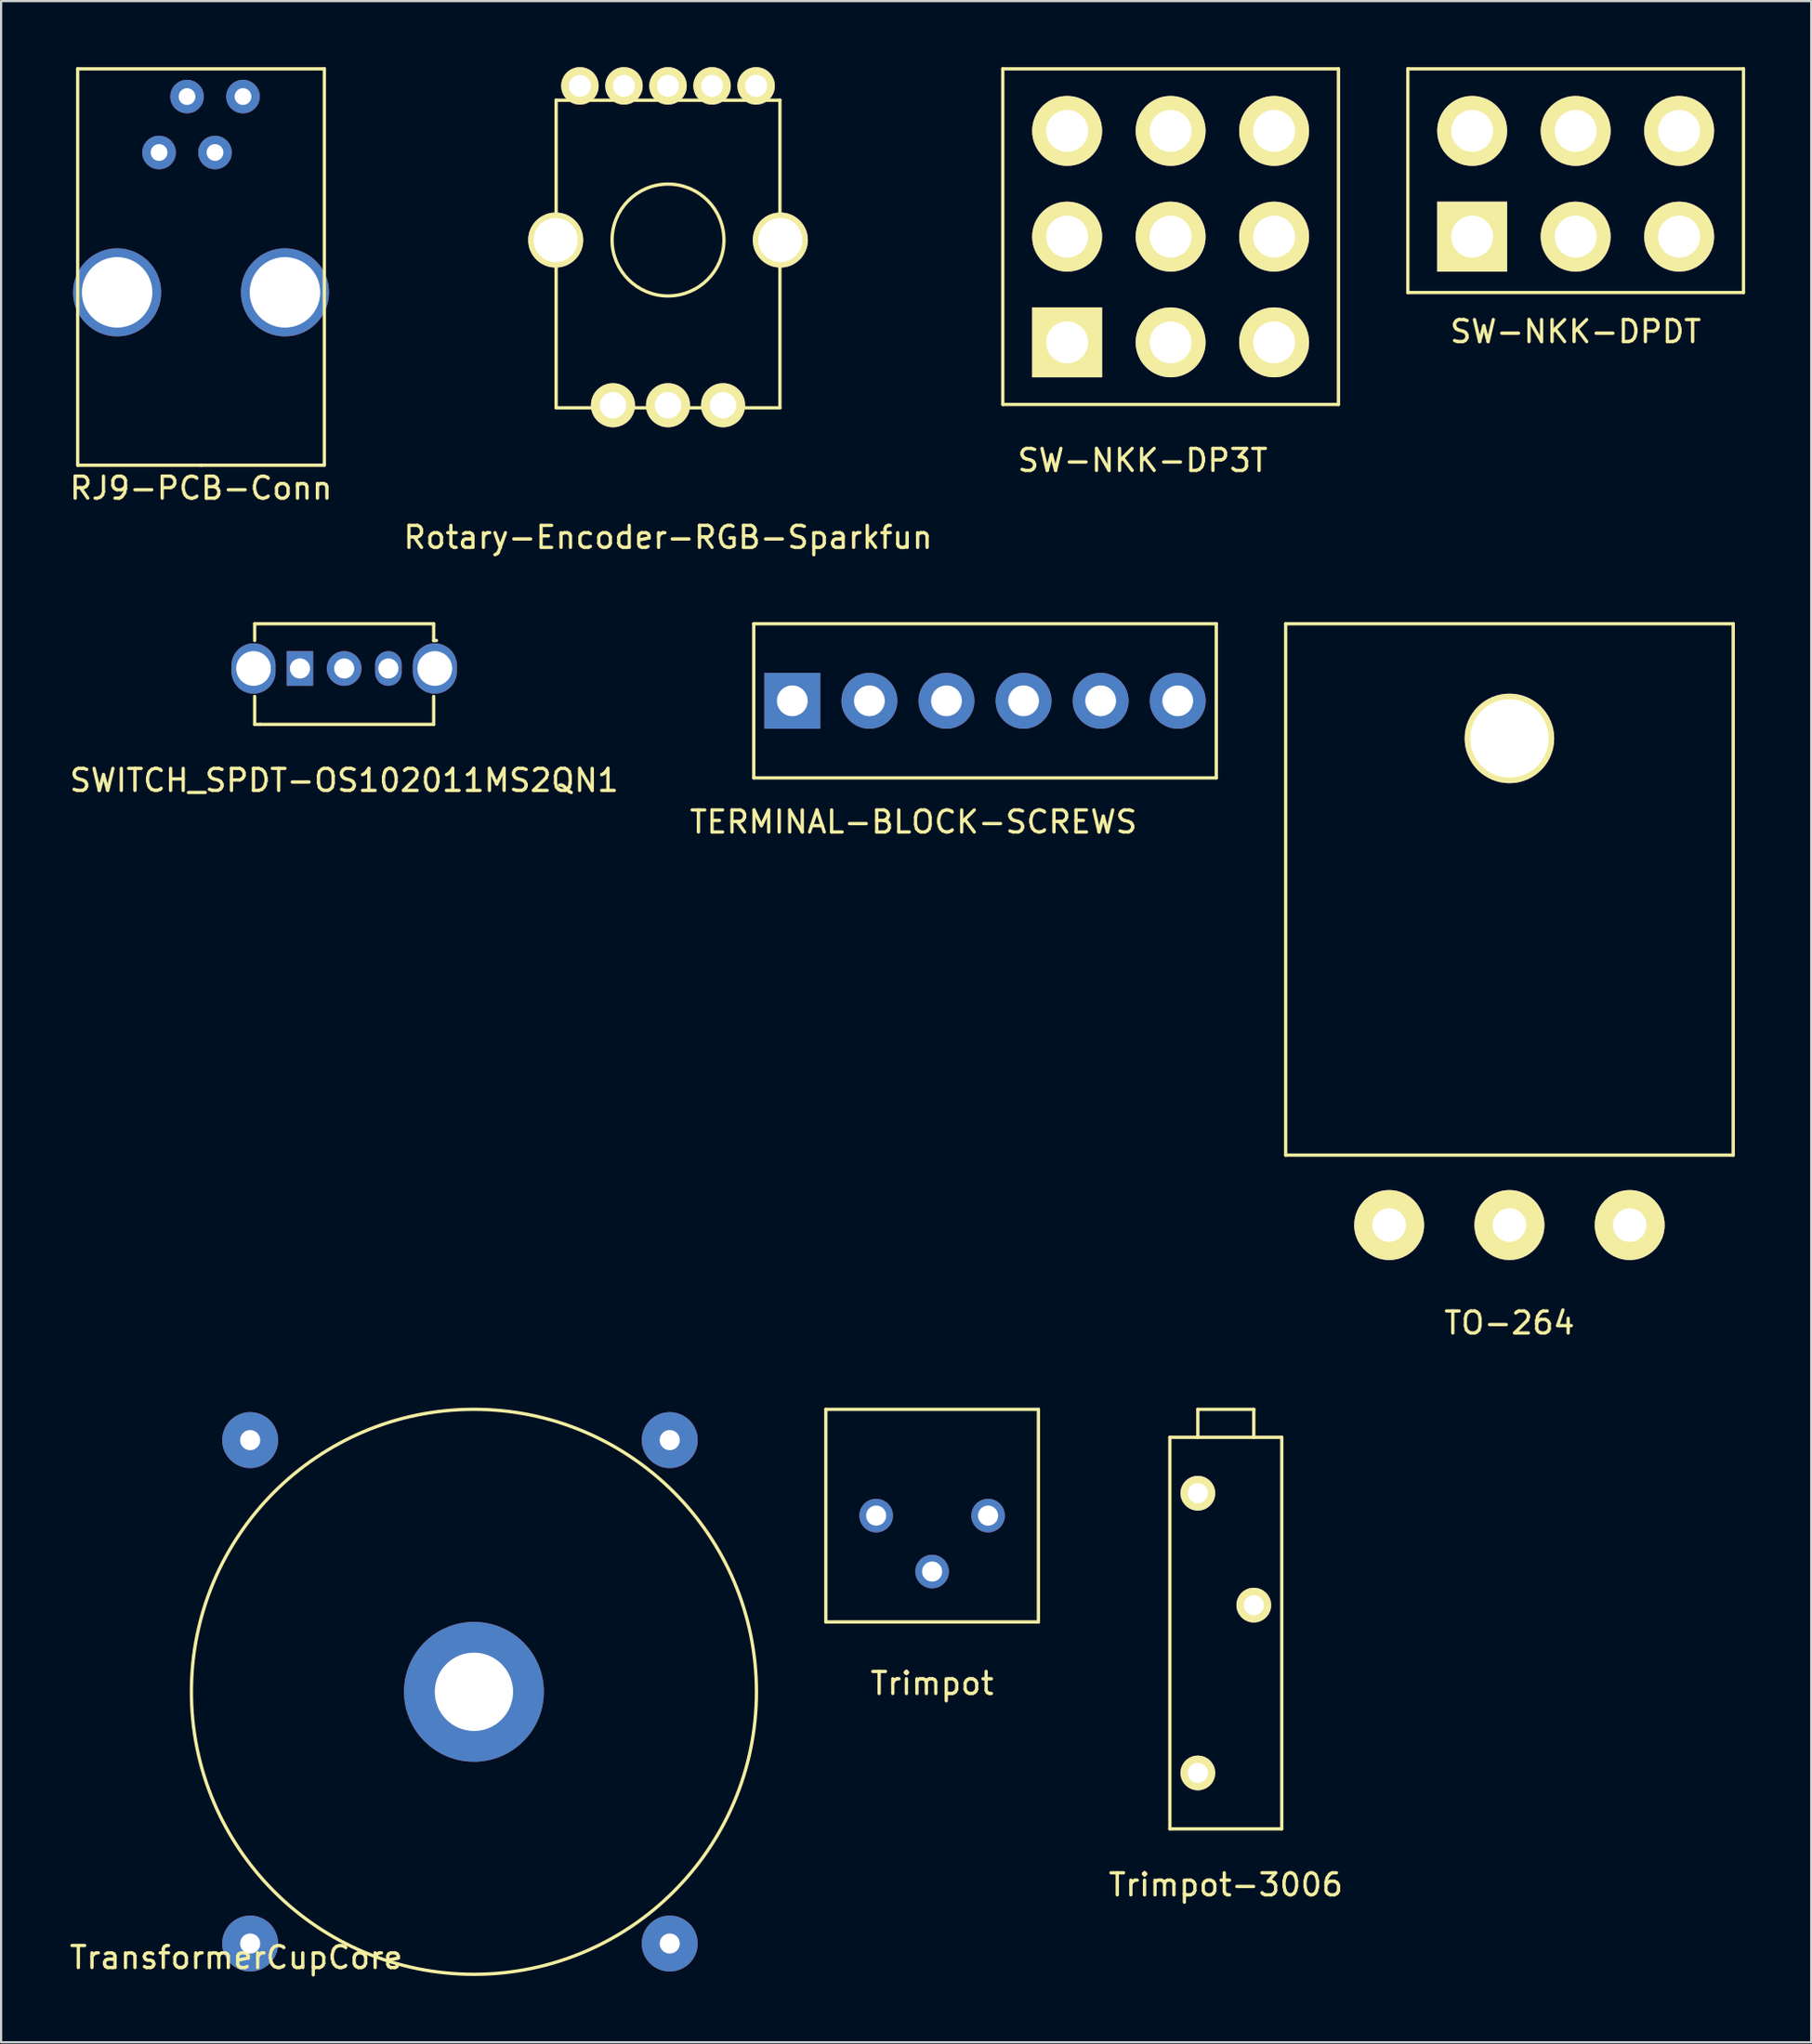
<source format=kicad_pcb>
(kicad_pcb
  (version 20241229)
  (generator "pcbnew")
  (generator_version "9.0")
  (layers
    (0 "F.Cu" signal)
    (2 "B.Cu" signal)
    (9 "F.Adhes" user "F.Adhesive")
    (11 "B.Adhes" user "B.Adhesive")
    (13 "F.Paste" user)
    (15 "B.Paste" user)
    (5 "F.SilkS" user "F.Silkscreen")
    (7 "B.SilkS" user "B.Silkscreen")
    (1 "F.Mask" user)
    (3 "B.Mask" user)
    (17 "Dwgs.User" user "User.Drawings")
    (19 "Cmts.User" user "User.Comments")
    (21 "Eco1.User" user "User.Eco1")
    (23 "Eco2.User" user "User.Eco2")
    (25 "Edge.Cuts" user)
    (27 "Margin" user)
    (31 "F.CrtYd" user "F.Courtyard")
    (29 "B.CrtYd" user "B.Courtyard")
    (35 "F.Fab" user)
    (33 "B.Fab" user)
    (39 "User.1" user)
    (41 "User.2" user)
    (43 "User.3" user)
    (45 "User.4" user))
  (footprint "TERMINAL-BLOCK-SCREWS"
    (layer "F.Cu")
    (at 41.673 28.773)
    (property "Reference" "TERMINAL-BLOCK-SCREWS" (at -3.25 5.5 0) (layer "F.SilkS") (effects (font (size 1 1) (thickness 0.15))))
    (attr through_hole)
    (fp_line (start -10.5 -3.5) (end 10.5 -3.5) (stroke (width 0.15) (type solid)) (layer "F.SilkS"))
    (fp_line (start -10.5 3.5) (end -10.5 -3.5) (stroke (width 0.15) (type solid)) (layer "F.SilkS"))
    (fp_line (start 10.5 -3.5) (end 10.5 3.5) (stroke (width 0.15) (type solid)) (layer "F.SilkS"))
    (fp_line (start 10.5 3.5) (end -10.5 3.5) (stroke (width 0.15) (type solid)) (layer "F.SilkS"))
    (pad "1" thru_hole rect (at -8.75 0) (size 2.54 2.54) (drill 1.397) (layers "*.Cu" "*.Mask"))
    (pad "2" thru_hole circle (at -5.25 0) (size 2.54 2.54) (drill 1.397) (layers "*.Cu" "*.Mask"))
    (pad "3" thru_hole circle (at -1.75 0) (size 2.54 2.54) (drill 1.397) (layers "*.Cu" "*.Mask"))
    (pad "4" thru_hole circle (at 1.75 0) (size 2.54 2.54) (drill 1.397) (layers "*.Cu" "*.Mask"))
    (pad "5" thru_hole circle (at 5.25 0) (size 2.54 2.54) (drill 1.397) (layers "*.Cu" "*.Mask"))
    (pad "6" thru_hole circle (at 8.75 0) (size 2.54 2.54) (drill 1.397) (layers "*.Cu" "*.Mask")))
  (footprint "Rotary-Encoder-RGB-Sparkfun"
    (layer "F.Cu")
    (at 27.28 7.85)
    (property "Reference" "Rotary-Encoder-RGB-Sparkfun" (at 0 13.5 0) (layer "F.SilkS") (effects (font (size 1 1) (thickness 0.15))))
    (attr through_hole)
    (fp_line (start -5.08 -6.35) (end 5.08 -6.35) (stroke (width 0.15) (type solid)) (layer "F.SilkS"))
    (fp_line (start -5.08 7.62) (end -5.08 -6.35) (stroke (width 0.15) (type solid)) (layer "F.SilkS"))
    (fp_line (start 5.08 -6.35) (end 5.08 7.62) (stroke (width 0.15) (type solid)) (layer "F.SilkS"))
    (fp_line (start 5.08 7.62) (end -5.08 7.62) (stroke (width 0.15) (type solid)) (layer "F.SilkS"))
    (fp_circle (center 0 0) (end 2.54 0) (stroke (width 0.15) (type solid)) (fill no) (layer "F.SilkS"))
    (pad "" thru_hole circle (at -5.1 0) (size 2.5 2.5) (drill 2) (layers "*.Cu" "*.Mask" "F.SilkS"))
    (pad "" thru_hole circle (at 5.1 0) (size 2.5 2.5) (drill 2) (layers "*.Cu" "*.Mask" "F.SilkS"))
    (pad "1" thru_hole circle (at -4 -7) (size 1.7 1.7) (drill 1) (layers "*.Cu" "*.Mask" "F.SilkS"))
    (pad "2" thru_hole circle (at -2 -7) (size 1.7 1.7) (drill 1) (layers "*.Cu" "*.Mask" "F.SilkS"))
    (pad "3" thru_hole circle (at 0 -7) (size 1.7 1.7) (drill 1) (layers "*.Cu" "*.Mask" "F.SilkS"))
    (pad "4" thru_hole circle (at 2 -7) (size 1.7 1.7) (drill 1) (layers "*.Cu" "*.Mask" "F.SilkS"))
    (pad "5" thru_hole circle (at 4 -7) (size 1.7 1.7) (drill 1) (layers "*.Cu" "*.Mask" "F.SilkS"))
    (pad "6" thru_hole circle (at -2.5 7.5) (size 2 2) (drill 1.2) (layers "*.Cu" "*.Mask" "F.SilkS"))
    (pad "7" thru_hole circle (at 0 7.5) (size 2 2) (drill 1.2) (layers "*.Cu" "*.Mask" "F.SilkS"))
    (pad "8" thru_hole circle (at 2.5 7.5) (size 2 2) (drill 1.2) (layers "*.Cu" "*.Mask" "F.SilkS")))
  (footprint "SW-NKK-DP3T"
    (layer "F.Cu")
    (at 50.1 7.695)
    (property "Reference" "SW-NKK-DP3T" (at -1.27 10.16 0) (layer "F.SilkS") (effects (font (size 1 1) (thickness 0.15))))
    (attr through_hole)
    (fp_line (start -7.62 -7.62) (end -7.62 7.62) (stroke (width 0.15) (type solid)) (layer "F.SilkS"))
    (fp_line (start -7.62 7.62) (end 7.62 7.62) (stroke (width 0.15) (type solid)) (layer "F.SilkS"))
    (fp_line (start 7.62 -7.62) (end -7.62 -7.62) (stroke (width 0.15) (type solid)) (layer "F.SilkS"))
    (fp_line (start 7.62 7.62) (end 7.62 -7.62) (stroke (width 0.15) (type solid)) (layer "F.SilkS"))
    (pad "1" thru_hole rect (at -4.699 4.801) (size 3.175 3.175) (drill 1.905) (layers "*.Cu" "*.Mask" "F.SilkS"))
    (pad "2" thru_hole circle (at 0 4.801) (size 3.175 3.175) (drill 1.905) (layers "*.Cu" "*.Mask" "F.SilkS"))
    (pad "3" thru_hole circle (at 4.699 4.801) (size 3.175 3.175) (drill 1.905) (layers "*.Cu" "*.Mask" "F.SilkS"))
    (pad "4" thru_hole circle (at -4.699 0) (size 3.175 3.175) (drill 1.905) (layers "*.Cu" "*.Mask" "F.SilkS"))
    (pad "5" thru_hole circle (at 0 0) (size 3.175 3.175) (drill 1.905) (layers "*.Cu" "*.Mask" "F.SilkS"))
    (pad "6" thru_hole circle (at 4.699 0) (size 3.175 3.175) (drill 1.905) (layers "*.Cu" "*.Mask" "F.SilkS"))
    (pad "7" thru_hole circle (at -4.699 -4.801) (size 3.175 3.175) (drill 1.905) (layers "*.Cu" "*.Mask" "F.SilkS"))
    (pad "8" thru_hole circle (at 0 -4.801) (size 3.175 3.175) (drill 1.905) (layers "*.Cu" "*.Mask" "F.SilkS"))
    (pad "9" thru_hole circle (at 4.699 -4.801) (size 3.175 3.175) (drill 1.905) (layers "*.Cu" "*.Mask" "F.SilkS")))
  (footprint "SW-NKK-DPDT"
    (layer "F.Cu")
    (at 68.49 7.695)
    (property "Reference" "SW-NKK-DPDT" (at 0 4.31 0) (layer "F.SilkS") (effects (font (size 1 1) (thickness 0.15))))
    (attr through_hole)
    (fp_line (start -7.62 -7.62) (end -7.62 2.54) (stroke (width 0.15) (type solid)) (layer "F.SilkS"))
    (fp_line (start -7.62 2.54) (end 7.62 2.54) (stroke (width 0.15) (type solid)) (layer "F.SilkS"))
    (fp_line (start 7.62 -7.62) (end -7.62 -7.62) (stroke (width 0.15) (type solid)) (layer "F.SilkS"))
    (fp_line (start 7.62 2.54) (end 7.62 -7.62) (stroke (width 0.15) (type solid)) (layer "F.SilkS"))
    (pad "1" thru_hole rect (at -4.699 0) (size 3.175 3.175) (drill 1.905) (layers "*.Cu" "*.Mask" "F.SilkS"))
    (pad "2" thru_hole circle (at 0 0) (size 3.175 3.175) (drill 1.905) (layers "*.Cu" "*.Mask" "F.SilkS"))
    (pad "3" thru_hole circle (at 4.699 0) (size 3.175 3.175) (drill 1.905) (layers "*.Cu" "*.Mask" "F.SilkS"))
    (pad "4" thru_hole circle (at -4.699 -4.801) (size 3.175 3.175) (drill 1.905) (layers "*.Cu" "*.Mask" "F.SilkS"))
    (pad "5" thru_hole circle (at 0 -4.801) (size 3.175 3.175) (drill 1.905) (layers "*.Cu" "*.Mask" "F.SilkS"))
    (pad "6" thru_hole circle (at 4.699 -4.801) (size 3.175 3.175) (drill 1.905) (layers "*.Cu" "*.Mask" "F.SilkS")))
  (footprint "RJ9-PCB-Conn"
    (layer "F.Cu")
    (at 6.077 10.225)
    (property "Reference" "RJ9-PCB-Conn" (at 0 8.89 0) (layer "F.SilkS") (effects (font (size 1 1) (thickness 0.15))))
    (attr through_hole)
    (fp_line (start -5.6 -10.15) (end 5.6 -10.15) (stroke (width 0.15) (type solid)) (layer "F.SilkS"))
    (fp_line (start -5.6 7.85) (end -5.6 -10.15) (stroke (width 0.15) (type solid)) (layer "F.SilkS"))
    (fp_line (start 0 7.85) (end -5.6 7.85) (stroke (width 0.15) (type solid)) (layer "F.SilkS"))
    (fp_line (start 5.6 -10.15) (end 5.6 7.8) (stroke (width 0.15) (type solid)) (layer "F.SilkS"))
    (fp_line (start 5.6 7.85) (end 0 7.85) (stroke (width 0.15) (type solid)) (layer "F.SilkS"))
    (pad "0" thru_hole circle (at -3.81 0) (size 4 4) (drill 3.2) (layers "*.Cu" "*.Mask"))
    (pad "0" thru_hole circle (at 3.81 0) (size 4 4) (drill 3.2) (layers "*.Cu" "*.Mask"))
    (pad "1" thru_hole circle (at -1.905 -6.35) (size 1.524 1.524) (drill 0.762) (layers "*.Cu" "*.Mask"))
    (pad "2" thru_hole circle (at -0.635 -8.89) (size 1.524 1.524) (drill 0.762) (layers "*.Cu" "*.Mask"))
    (pad "3" thru_hole circle (at 0.635 -6.35) (size 1.524 1.524) (drill 0.762) (layers "*.Cu" "*.Mask"))
    (pad "4" thru_hole circle (at 1.905 -8.89) (size 1.524 1.524) (drill 0.762) (layers "*.Cu" "*.Mask")))
  (footprint "TransformerCupCore"
    (layer "F.Cu")
    (at 18.468 73.773)
    (property "Reference" "TransformerCupCore" (at -10.795 12.065 0) (layer "F.SilkS") (effects (font (size 1 1) (thickness 0.15))))
    (attr through_hole)
    (fp_circle (center 0 0) (end 12.827 0) (stroke (width 0.15) (type solid)) (fill no) (layer "F.SilkS"))
    (pad "1" thru_hole circle (at 8.89 -11.43) (size 2.54 2.54) (drill 0.914) (layers "*.Cu" "*.Mask"))
    (pad "2" thru_hole circle (at 8.89 11.43) (size 2.54 2.54) (drill 0.914) (layers "*.Cu" "*.Mask"))
    (pad "3" thru_hole circle (at -10.16 11.43) (size 2.54 2.54) (drill 0.914) (layers "*.Cu" "*.Mask"))
    (pad "4" thru_hole circle (at -10.16 -11.43) (size 2.54 2.54) (drill 0.914) (layers "*.Cu" "*.Mask"))
    (pad "5" thru_hole circle (at 0 0) (size 6.35 6.35) (drill 3.556) (layers "*.Cu" "*.Mask")))
  (footprint "Trimpot-3006"
    (layer "F.Cu")
    (at 52.606 72.376)
    (property "Reference" "Trimpot-3006" (at 0 10.16 0) (layer "F.SilkS") (effects (font (size 1 1) (thickness 0.15))))
    (attr through_hole)
    (fp_line (start -2.54 -10.16) (end 2.54 -10.16) (stroke (width 0.15) (type solid)) (layer "F.SilkS"))
    (fp_line (start -2.54 7.62) (end -2.54 -10.16) (stroke (width 0.15) (type solid)) (layer "F.SilkS"))
    (fp_line (start -1.27 -11.43) (end 1.27 -11.43) (stroke (width 0.15) (type solid)) (layer "F.SilkS"))
    (fp_line (start -1.27 -10.16) (end -1.27 -11.43) (stroke (width 0.15) (type solid)) (layer "F.SilkS"))
    (fp_line (start 1.27 -11.43) (end 1.27 -10.16) (stroke (width 0.15) (type solid)) (layer "F.SilkS"))
    (fp_line (start 2.54 -10.16) (end 2.54 7.62) (stroke (width 0.15) (type solid)) (layer "F.SilkS"))
    (fp_line (start 2.54 7.62) (end -2.54 7.62) (stroke (width 0.15) (type solid)) (layer "F.SilkS"))
    (pad "1" thru_hole circle (at -1.27 -7.62) (size 1.575 1.575) (drill 0.914) (layers "*.Cu" "*.Mask" "F.SilkS"))
    (pad "2" thru_hole circle (at 1.27 -2.54) (size 1.575 1.575) (drill 0.914) (layers "*.Cu" "*.Mask" "F.SilkS"))
    (pad "3" thru_hole circle (at -1.27 5.08) (size 1.575 1.575) (drill 0.914) (layers "*.Cu" "*.Mask" "F.SilkS")))
  (footprint "TO-264"
    (layer "F.Cu")
    (at 65.483 30.48)
    (property "Reference" "TO-264" (at 0 26.543 0) (layer "F.SilkS") (effects (font (size 1 1) (thickness 0.15))))
    (attr through_hole)
    (fp_line (start -10.16 -5.207) (end -10.16 18.923) (stroke (width 0.15) (type solid)) (layer "F.SilkS"))
    (fp_line (start -10.16 18.923) (end 10.16 18.923) (stroke (width 0.15) (type solid)) (layer "F.SilkS"))
    (fp_line (start 10.16 -5.207) (end -10.16 -5.207) (stroke (width 0.15) (type solid)) (layer "F.SilkS"))
    (fp_line (start 10.16 18.923) (end 10.16 -5.207) (stroke (width 0.15) (type solid)) (layer "F.SilkS"))
    (pad "" thru_hole circle (at 0 0) (size 4.064 4.064) (drill 3.556) (layers "*.Cu" "*.Mask" "F.SilkS"))
    (pad "1" thru_hole circle (at -5.461 22.098) (size 3.175 3.175) (drill 1.524) (layers "*.Cu" "*.Mask" "F.SilkS"))
    (pad "2" thru_hole circle (at 0 22.098) (size 3.175 3.175) (drill 1.524) (layers "*.Cu" "*.Mask" "F.SilkS"))
    (pad "3" thru_hole circle (at 5.461 22.098) (size 3.175 3.175) (drill 1.524) (layers "*.Cu" "*.Mask" "F.SilkS")))
  (footprint "SWITCH_SPDT-OS102011MS2QN1"
    (layer "F.Cu")
    (at 12.577 27.305)
    (property "Reference" "SWITCH_SPDT-OS102011MS2QN1" (at 0 5.08 0) (layer "F.SilkS") (effects (font (size 1 1) (thickness 0.15))))
    (attr through_hole)
    (fp_line (start -4.064 -2.032) (end 4.064 -2.032) (stroke (width 0.15) (type solid)) (layer "F.SilkS"))
    (fp_line (start -4.064 -1.27) (end -4.064 -2.032) (stroke (width 0.15) (type solid)) (layer "F.SilkS"))
    (fp_line (start -4.064 2.54) (end -4.064 1.27) (stroke (width 0.15) (type solid)) (layer "F.SilkS"))
    (fp_line (start -3.81 2.54) (end -4.064 2.54) (stroke (width 0.15) (type solid)) (layer "F.SilkS"))
    (fp_line (start 4.064 -2.032) (end 4.064 -1.27) (stroke (width 0.15) (type solid)) (layer "F.SilkS"))
    (fp_line (start 4.064 1.27) (end 4.064 2.54) (stroke (width 0.15) (type solid)) (layer "F.SilkS"))
    (fp_line (start 4.064 2.54) (end -3.81 2.54) (stroke (width 0.15) (type solid)) (layer "F.SilkS"))
    (fp_line (start 4.191 -1.27) (end 4.064 -1.27) (stroke (width 0.15) (type solid)) (layer "F.SilkS"))
    (pad "1" thru_hole rect (at -2.007 0) (size 1.2 1.575) (drill 0.914) (layers "*.Cu" "*.Mask"))
    (pad "2" thru_hole circle (at 0 0) (size 1.575 1.575) (drill 0.914) (layers "*.Cu" "*.Mask"))
    (pad "3" thru_hole oval (at 2.007 0) (size 1.2 1.575) (drill 0.914) (layers "*.Cu" "*.Mask"))
    (pad "4" thru_hole oval (at -4.115 0) (size 2 2.286) (drill 1.575) (layers "*.Cu" "*.Mask"))
    (pad "5" thru_hole oval (at 4.115 0) (size 2 2.286) (drill 1.575) (layers "*.Cu" "*.Mask")))
  (footprint "Trimpot"
    (layer "F.Cu")
    (at 39.271 65.772)
    (property "Reference" "Trimpot" (at 0 7.62 0) (layer "F.SilkS") (effects (font (size 1 1) (thickness 0.15))))
    (attr through_hole)
    (fp_line (start -4.826 -4.826) (end -4.826 4.826) (stroke (width 0.15) (type solid)) (layer "F.SilkS"))
    (fp_line (start -4.826 4.826) (end 4.826 4.826) (stroke (width 0.15) (type solid)) (layer "F.SilkS"))
    (fp_line (start 4.826 -4.826) (end -4.826 -4.826) (stroke (width 0.15) (type solid)) (layer "F.SilkS"))
    (fp_line (start 4.826 4.826) (end 4.826 -4.826) (stroke (width 0.15) (type solid)) (layer "F.SilkS"))
    (pad "1" thru_hole circle (at -2.54 0) (size 1.524 1.524) (drill 0.914) (layers "*.Cu" "*.Mask"))
    (pad "2" thru_hole circle (at 0 2.54) (size 1.524 1.524) (drill 0.914) (layers "*.Cu" "*.Mask"))
    (pad "3" thru_hole circle (at 2.54 0) (size 1.524 1.524) (drill 0.914) (layers "*.Cu" "*.Mask")))
  (gr_rect
    (start -3 -3)
    (end 79.185 89.687)
    (stroke (width 0.1) (type default))
    (fill no)
    (layer "Edge.Cuts")))
</source>
